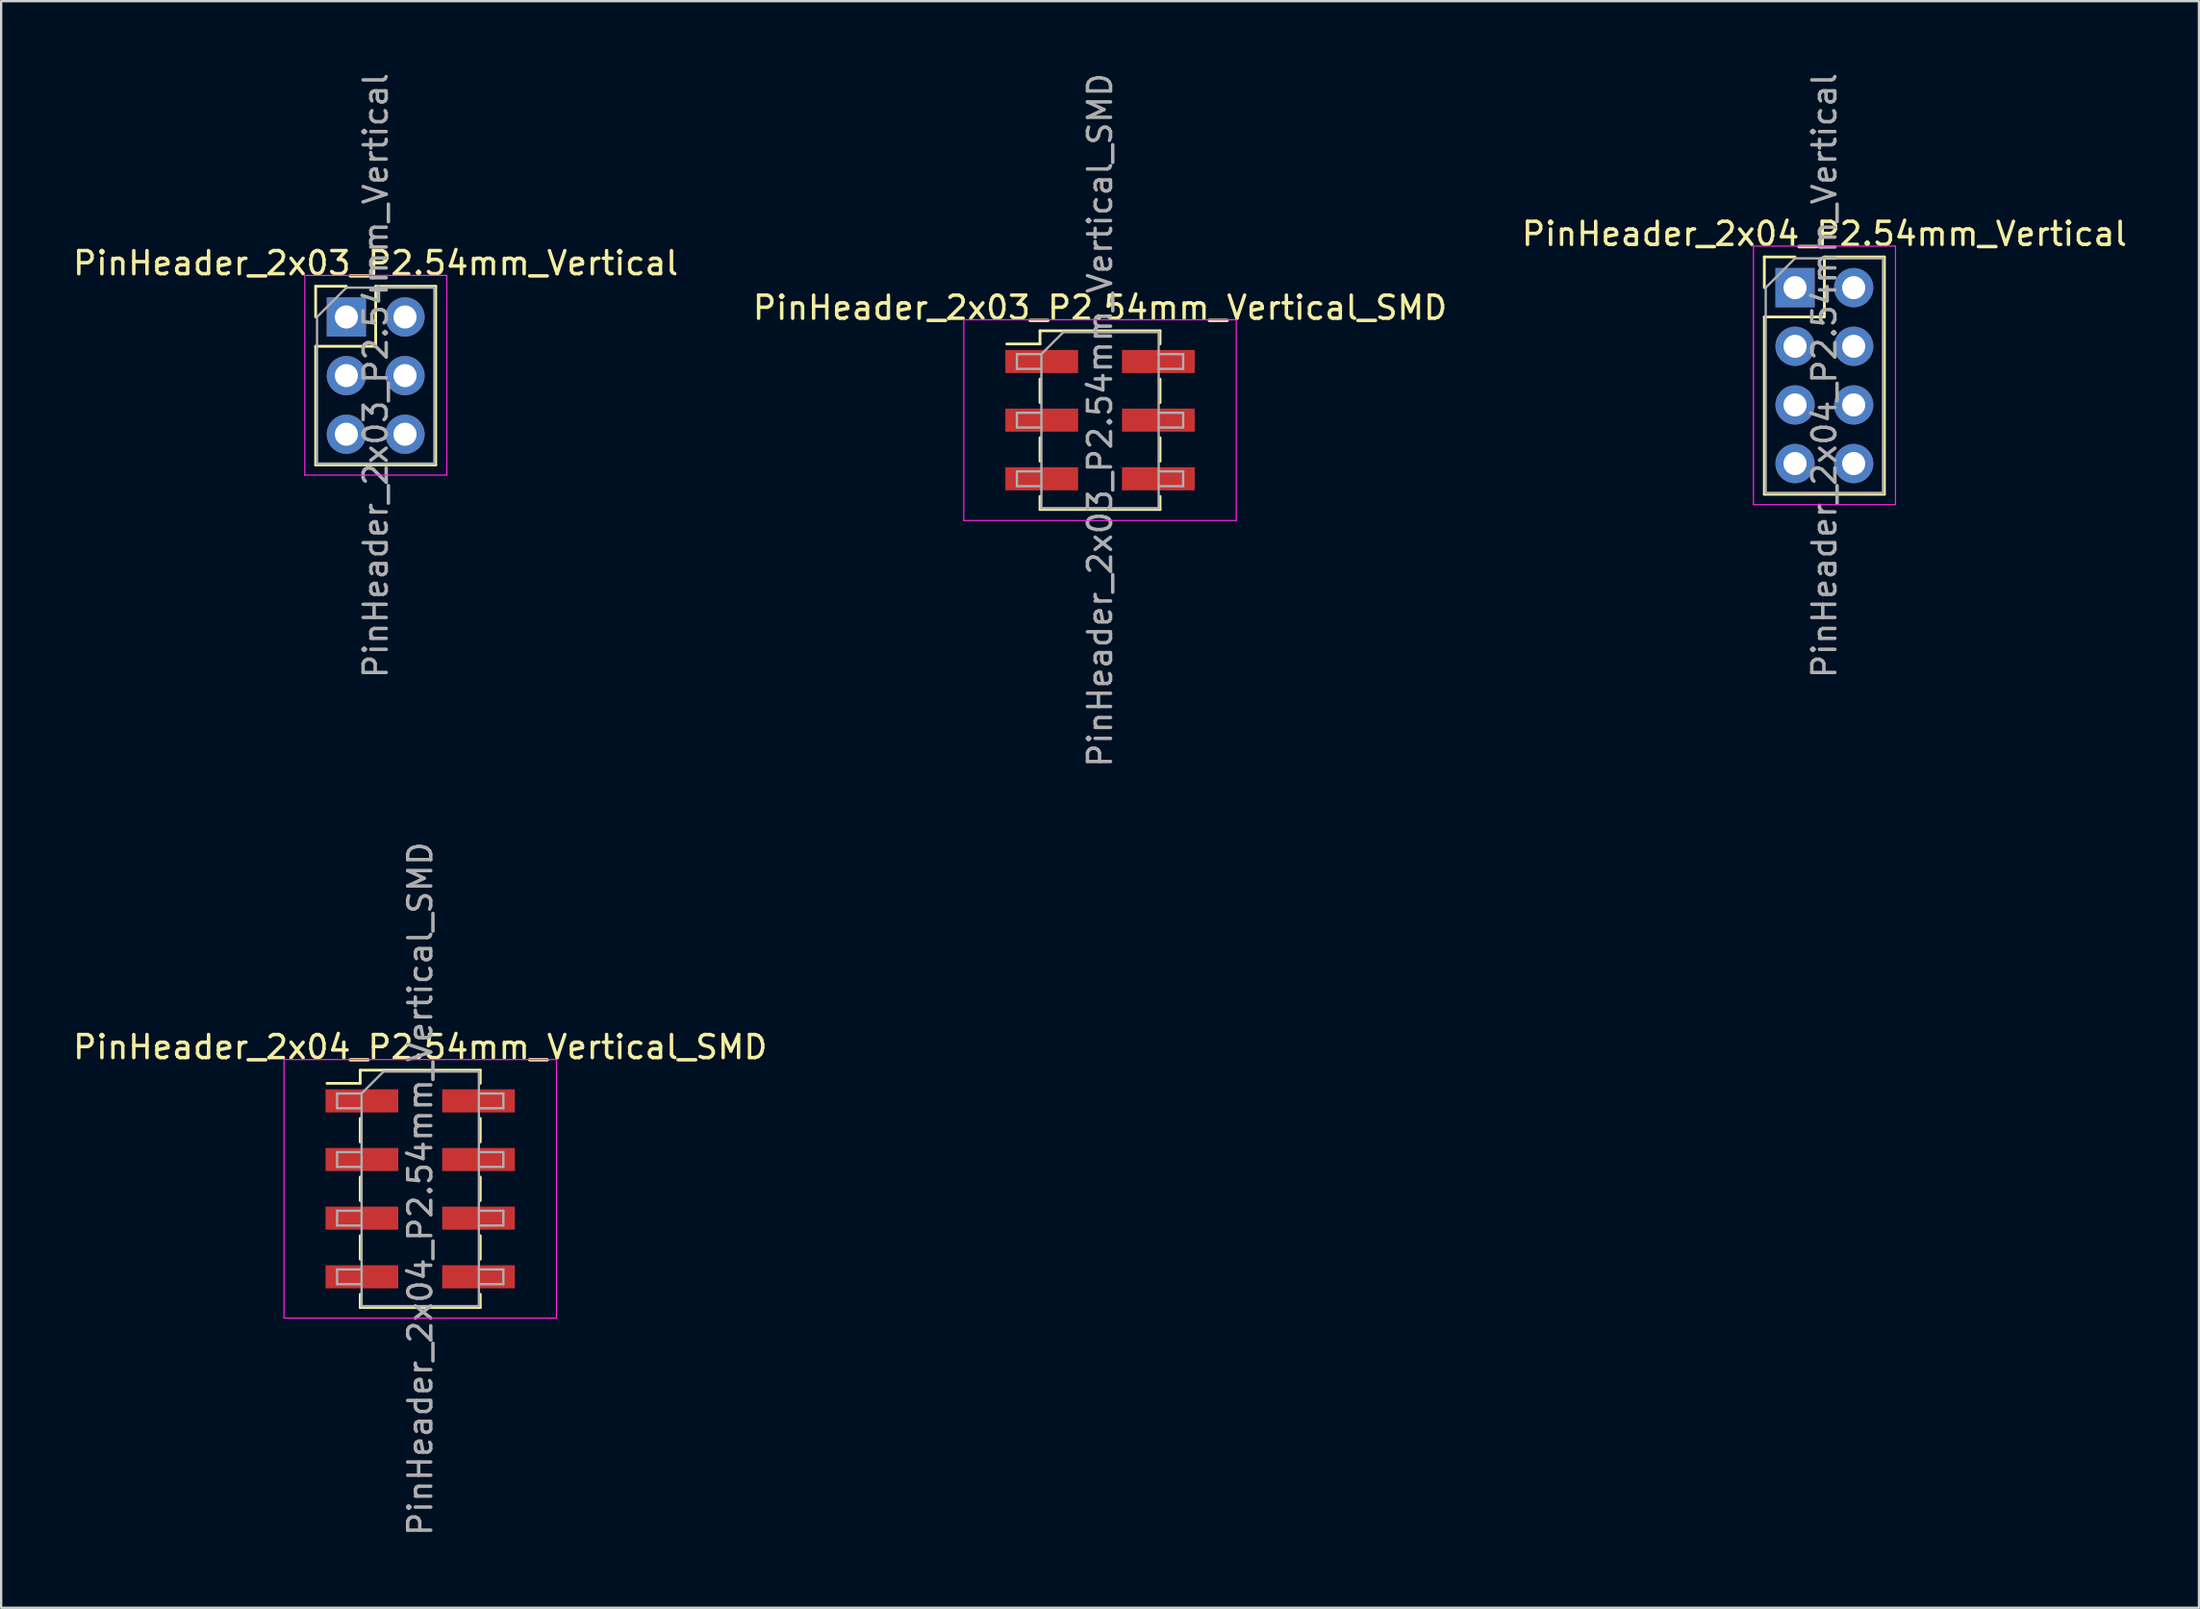
<source format=kicad_pcb>
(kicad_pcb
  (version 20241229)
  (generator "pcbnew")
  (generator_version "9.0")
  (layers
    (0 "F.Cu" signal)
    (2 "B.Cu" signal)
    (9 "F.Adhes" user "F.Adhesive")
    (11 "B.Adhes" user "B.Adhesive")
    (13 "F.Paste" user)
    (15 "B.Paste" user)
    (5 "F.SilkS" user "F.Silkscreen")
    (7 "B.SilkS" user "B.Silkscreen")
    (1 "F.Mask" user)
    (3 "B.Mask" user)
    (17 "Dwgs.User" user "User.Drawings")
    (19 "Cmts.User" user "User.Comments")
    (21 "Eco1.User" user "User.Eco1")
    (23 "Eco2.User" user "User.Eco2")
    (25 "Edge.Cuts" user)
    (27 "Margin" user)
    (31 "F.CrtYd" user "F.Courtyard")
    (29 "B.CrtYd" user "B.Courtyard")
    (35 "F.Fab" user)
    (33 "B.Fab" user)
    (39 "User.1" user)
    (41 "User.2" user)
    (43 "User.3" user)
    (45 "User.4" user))
  (footprint "PinHeader_2x04_P2.54mm_Vertical"
    (layer "F.Cu")
    (at 74.688 9.41)
    (property "Reference" "PinHeader_2x04_P2.54mm_Vertical" (at 1.27 -2.33 0) (layer "F.SilkS") (effects (font (size 1 1) (thickness 0.15))))
    (attr through_hole)
    (fp_line (start -1.33 -1.33) (end 0 -1.33) (stroke (width 0.12) (type solid)) (layer "F.SilkS"))
    (fp_line (start -1.33 0) (end -1.33 -1.33) (stroke (width 0.12) (type solid)) (layer "F.SilkS"))
    (fp_line (start -1.33 1.27) (end -1.33 8.95) (stroke (width 0.12) (type solid)) (layer "F.SilkS"))
    (fp_line (start -1.33 1.27) (end 1.27 1.27) (stroke (width 0.12) (type solid)) (layer "F.SilkS"))
    (fp_line (start -1.33 8.95) (end 3.87 8.95) (stroke (width 0.12) (type solid)) (layer "F.SilkS"))
    (fp_line (start 1.27 -1.33) (end 3.87 -1.33) (stroke (width 0.12) (type solid)) (layer "F.SilkS"))
    (fp_line (start 1.27 1.27) (end 1.27 -1.33) (stroke (width 0.12) (type solid)) (layer "F.SilkS"))
    (fp_line (start 3.87 -1.33) (end 3.87 8.95) (stroke (width 0.12) (type solid)) (layer "F.SilkS"))
    (fp_line (start -1.8 -1.8) (end -1.8 9.4) (stroke (width 0.05) (type solid)) (layer "F.CrtYd"))
    (fp_line (start -1.8 9.4) (end 4.35 9.4) (stroke (width 0.05) (type solid)) (layer "F.CrtYd"))
    (fp_line (start 4.35 -1.8) (end -1.8 -1.8) (stroke (width 0.05) (type solid)) (layer "F.CrtYd"))
    (fp_line (start 4.35 9.4) (end 4.35 -1.8) (stroke (width 0.05) (type solid)) (layer "F.CrtYd"))
    (fp_line (start -1.27 0) (end 0 -1.27) (stroke (width 0.1) (type solid)) (layer "F.Fab"))
    (fp_line (start -1.27 8.89) (end -1.27 0) (stroke (width 0.1) (type solid)) (layer "F.Fab"))
    (fp_line (start 0 -1.27) (end 3.81 -1.27) (stroke (width 0.1) (type solid)) (layer "F.Fab"))
    (fp_line (start 3.81 -1.27) (end 3.81 8.89) (stroke (width 0.1) (type solid)) (layer "F.Fab"))
    (fp_line (start 3.81 8.89) (end -1.27 8.89) (stroke (width 0.1) (type solid)) (layer "F.Fab"))
    (fp_text user "${REFERENCE}" (at 1.27 3.81 90) (layer "F.Fab") (effects (font (size 1 1) (thickness 0.15))))
    (pad "1" thru_hole rect (at 0 0) (size 1.7 1.7) (drill 1) (layers "*.Cu" "*.Mask"))
    (pad "2" thru_hole oval (at 2.54 0) (size 1.7 1.7) (drill 1) (layers "*.Cu" "*.Mask"))
    (pad "3" thru_hole oval (at 0 2.54) (size 1.7 1.7) (drill 1) (layers "*.Cu" "*.Mask"))
    (pad "4" thru_hole oval (at 2.54 2.54) (size 1.7 1.7) (drill 1) (layers "*.Cu" "*.Mask"))
    (pad "5" thru_hole oval (at 0 5.08) (size 1.7 1.7) (drill 1) (layers "*.Cu" "*.Mask"))
    (pad "6" thru_hole oval (at 2.54 5.08) (size 1.7 1.7) (drill 1) (layers "*.Cu" "*.Mask"))
    (pad "7" thru_hole oval (at 0 7.62) (size 1.7 1.7) (drill 1) (layers "*.Cu" "*.Mask"))
    (pad "8" thru_hole oval (at 2.54 7.62) (size 1.7 1.7) (drill 1) (layers "*.Cu" "*.Mask")))
  (footprint "PinHeader_2x04_P2.54mm_Vertical_SMD"
    (layer "F.Cu")
    (at 15.149 48.446)
    (property "Reference" "PinHeader_2x04_P2.54mm_Vertical_SMD" (at 0 -6.14 0) (layer "F.SilkS") (effects (font (size 1 1) (thickness 0.15))))
    (attr smd)
    (fp_line (start -4.04 -4.57) (end -2.6 -4.57) (stroke (width 0.12) (type solid)) (layer "F.SilkS"))
    (fp_line (start -2.6 -5.14) (end -2.6 -4.57) (stroke (width 0.12) (type solid)) (layer "F.SilkS"))
    (fp_line (start -2.6 -5.14) (end 2.6 -5.14) (stroke (width 0.12) (type solid)) (layer "F.SilkS"))
    (fp_line (start -2.6 -3.05) (end -2.6 -2.03) (stroke (width 0.12) (type solid)) (layer "F.SilkS"))
    (fp_line (start -2.6 -0.51) (end -2.6 0.51) (stroke (width 0.12) (type solid)) (layer "F.SilkS"))
    (fp_line (start -2.6 2.03) (end -2.6 3.05) (stroke (width 0.12) (type solid)) (layer "F.SilkS"))
    (fp_line (start -2.6 4.57) (end -2.6 5.14) (stroke (width 0.12) (type solid)) (layer "F.SilkS"))
    (fp_line (start -2.6 5.14) (end 2.6 5.14) (stroke (width 0.12) (type solid)) (layer "F.SilkS"))
    (fp_line (start 2.6 -5.14) (end 2.6 -4.57) (stroke (width 0.12) (type solid)) (layer "F.SilkS"))
    (fp_line (start 2.6 -3.05) (end 2.6 -2.03) (stroke (width 0.12) (type solid)) (layer "F.SilkS"))
    (fp_line (start 2.6 -0.51) (end 2.6 0.51) (stroke (width 0.12) (type solid)) (layer "F.SilkS"))
    (fp_line (start 2.6 2.03) (end 2.6 3.05) (stroke (width 0.12) (type solid)) (layer "F.SilkS"))
    (fp_line (start 2.6 4.57) (end 2.6 5.14) (stroke (width 0.12) (type solid)) (layer "F.SilkS"))
    (fp_line (start -5.9 -5.6) (end -5.9 5.6) (stroke (width 0.05) (type solid)) (layer "F.CrtYd"))
    (fp_line (start -5.9 5.6) (end 5.9 5.6) (stroke (width 0.05) (type solid)) (layer "F.CrtYd"))
    (fp_line (start 5.9 -5.6) (end -5.9 -5.6) (stroke (width 0.05) (type solid)) (layer "F.CrtYd"))
    (fp_line (start 5.9 5.6) (end 5.9 -5.6) (stroke (width 0.05) (type solid)) (layer "F.CrtYd"))
    (fp_line (start -3.6 -4.13) (end -3.6 -3.49) (stroke (width 0.1) (type solid)) (layer "F.Fab"))
    (fp_line (start -3.6 -3.49) (end -2.54 -3.49) (stroke (width 0.1) (type solid)) (layer "F.Fab"))
    (fp_line (start -3.6 -1.59) (end -3.6 -0.95) (stroke (width 0.1) (type solid)) (layer "F.Fab"))
    (fp_line (start -3.6 -0.95) (end -2.54 -0.95) (stroke (width 0.1) (type solid)) (layer "F.Fab"))
    (fp_line (start -3.6 0.95) (end -3.6 1.59) (stroke (width 0.1) (type solid)) (layer "F.Fab"))
    (fp_line (start -3.6 1.59) (end -2.54 1.59) (stroke (width 0.1) (type solid)) (layer "F.Fab"))
    (fp_line (start -3.6 3.49) (end -3.6 4.13) (stroke (width 0.1) (type solid)) (layer "F.Fab"))
    (fp_line (start -3.6 4.13) (end -2.54 4.13) (stroke (width 0.1) (type solid)) (layer "F.Fab"))
    (fp_line (start -2.54 -4.13) (end -3.6 -4.13) (stroke (width 0.1) (type solid)) (layer "F.Fab"))
    (fp_line (start -2.54 -4.13) (end -1.59 -5.08) (stroke (width 0.1) (type solid)) (layer "F.Fab"))
    (fp_line (start -2.54 -1.59) (end -3.6 -1.59) (stroke (width 0.1) (type solid)) (layer "F.Fab"))
    (fp_line (start -2.54 0.95) (end -3.6 0.95) (stroke (width 0.1) (type solid)) (layer "F.Fab"))
    (fp_line (start -2.54 3.49) (end -3.6 3.49) (stroke (width 0.1) (type solid)) (layer "F.Fab"))
    (fp_line (start -2.54 5.08) (end -2.54 -4.13) (stroke (width 0.1) (type solid)) (layer "F.Fab"))
    (fp_line (start -1.59 -5.08) (end 2.54 -5.08) (stroke (width 0.1) (type solid)) (layer "F.Fab"))
    (fp_line (start 2.54 -5.08) (end 2.54 5.08) (stroke (width 0.1) (type solid)) (layer "F.Fab"))
    (fp_line (start 2.54 -4.13) (end 3.6 -4.13) (stroke (width 0.1) (type solid)) (layer "F.Fab"))
    (fp_line (start 2.54 -1.59) (end 3.6 -1.59) (stroke (width 0.1) (type solid)) (layer "F.Fab"))
    (fp_line (start 2.54 0.95) (end 3.6 0.95) (stroke (width 0.1) (type solid)) (layer "F.Fab"))
    (fp_line (start 2.54 3.49) (end 3.6 3.49) (stroke (width 0.1) (type solid)) (layer "F.Fab"))
    (fp_line (start 2.54 5.08) (end -2.54 5.08) (stroke (width 0.1) (type solid)) (layer "F.Fab"))
    (fp_line (start 3.6 -4.13) (end 3.6 -3.49) (stroke (width 0.1) (type solid)) (layer "F.Fab"))
    (fp_line (start 3.6 -3.49) (end 2.54 -3.49) (stroke (width 0.1) (type solid)) (layer "F.Fab"))
    (fp_line (start 3.6 -1.59) (end 3.6 -0.95) (stroke (width 0.1) (type solid)) (layer "F.Fab"))
    (fp_line (start 3.6 -0.95) (end 2.54 -0.95) (stroke (width 0.1) (type solid)) (layer "F.Fab"))
    (fp_line (start 3.6 0.95) (end 3.6 1.59) (stroke (width 0.1) (type solid)) (layer "F.Fab"))
    (fp_line (start 3.6 1.59) (end 2.54 1.59) (stroke (width 0.1) (type solid)) (layer "F.Fab"))
    (fp_line (start 3.6 3.49) (end 3.6 4.13) (stroke (width 0.1) (type solid)) (layer "F.Fab"))
    (fp_line (start 3.6 4.13) (end 2.54 4.13) (stroke (width 0.1) (type solid)) (layer "F.Fab"))
    (fp_text user "${REFERENCE}" (at 0 0 90) (layer "F.Fab") (effects (font (size 1 1) (thickness 0.15))))
    (pad "1" smd rect (at -2.525 -3.81) (size 3.15 1) (layers "F.Cu" "F.Mask" "F.Paste"))
    (pad "2" smd rect (at 2.525 -3.81) (size 3.15 1) (layers "F.Cu" "F.Mask" "F.Paste"))
    (pad "3" smd rect (at -2.525 -1.27) (size 3.15 1) (layers "F.Cu" "F.Mask" "F.Paste"))
    (pad "4" smd rect (at 2.525 -1.27) (size 3.15 1) (layers "F.Cu" "F.Mask" "F.Paste"))
    (pad "5" smd rect (at -2.525 1.27) (size 3.15 1) (layers "F.Cu" "F.Mask" "F.Paste"))
    (pad "6" smd rect (at 2.525 1.27) (size 3.15 1) (layers "F.Cu" "F.Mask" "F.Paste"))
    (pad "7" smd rect (at -2.525 3.81) (size 3.15 1) (layers "F.Cu" "F.Mask" "F.Paste"))
    (pad "8" smd rect (at 2.525 3.81) (size 3.15 1) (layers "F.Cu" "F.Mask" "F.Paste")))
  (footprint "PinHeader_2x03_P2.54mm_Vertical"
    (layer "F.Cu")
    (at 11.95 10.68)
    (property "Reference" "PinHeader_2x03_P2.54mm_Vertical" (at 1.27 -2.33 0) (layer "F.SilkS") (effects (font (size 1 1) (thickness 0.15))))
    (attr through_hole)
    (fp_line (start -1.33 -1.33) (end 0 -1.33) (stroke (width 0.12) (type solid)) (layer "F.SilkS"))
    (fp_line (start -1.33 0) (end -1.33 -1.33) (stroke (width 0.12) (type solid)) (layer "F.SilkS"))
    (fp_line (start -1.33 1.27) (end -1.33 6.41) (stroke (width 0.12) (type solid)) (layer "F.SilkS"))
    (fp_line (start -1.33 1.27) (end 1.27 1.27) (stroke (width 0.12) (type solid)) (layer "F.SilkS"))
    (fp_line (start -1.33 6.41) (end 3.87 6.41) (stroke (width 0.12) (type solid)) (layer "F.SilkS"))
    (fp_line (start 1.27 -1.33) (end 3.87 -1.33) (stroke (width 0.12) (type solid)) (layer "F.SilkS"))
    (fp_line (start 1.27 1.27) (end 1.27 -1.33) (stroke (width 0.12) (type solid)) (layer "F.SilkS"))
    (fp_line (start 3.87 -1.33) (end 3.87 6.41) (stroke (width 0.12) (type solid)) (layer "F.SilkS"))
    (fp_line (start -1.8 -1.8) (end -1.8 6.85) (stroke (width 0.05) (type solid)) (layer "F.CrtYd"))
    (fp_line (start -1.8 6.85) (end 4.35 6.85) (stroke (width 0.05) (type solid)) (layer "F.CrtYd"))
    (fp_line (start 4.35 -1.8) (end -1.8 -1.8) (stroke (width 0.05) (type solid)) (layer "F.CrtYd"))
    (fp_line (start 4.35 6.85) (end 4.35 -1.8) (stroke (width 0.05) (type solid)) (layer "F.CrtYd"))
    (fp_line (start -1.27 0) (end 0 -1.27) (stroke (width 0.1) (type solid)) (layer "F.Fab"))
    (fp_line (start -1.27 6.35) (end -1.27 0) (stroke (width 0.1) (type solid)) (layer "F.Fab"))
    (fp_line (start 0 -1.27) (end 3.81 -1.27) (stroke (width 0.1) (type solid)) (layer "F.Fab"))
    (fp_line (start 3.81 -1.27) (end 3.81 6.35) (stroke (width 0.1) (type solid)) (layer "F.Fab"))
    (fp_line (start 3.81 6.35) (end -1.27 6.35) (stroke (width 0.1) (type solid)) (layer "F.Fab"))
    (fp_text user "${REFERENCE}" (at 1.27 2.54 90) (layer "F.Fab") (effects (font (size 1 1) (thickness 0.15))))
    (pad "1" thru_hole rect (at 0 0) (size 1.7 1.7) (drill 1) (layers "*.Cu" "*.Mask"))
    (pad "2" thru_hole oval (at 2.54 0) (size 1.7 1.7) (drill 1) (layers "*.Cu" "*.Mask"))
    (pad "3" thru_hole oval (at 0 2.54) (size 1.7 1.7) (drill 1) (layers "*.Cu" "*.Mask"))
    (pad "4" thru_hole oval (at 2.54 2.54) (size 1.7 1.7) (drill 1) (layers "*.Cu" "*.Mask"))
    (pad "5" thru_hole oval (at 0 5.08) (size 1.7 1.7) (drill 1) (layers "*.Cu" "*.Mask"))
    (pad "6" thru_hole oval (at 2.54 5.08) (size 1.7 1.7) (drill 1) (layers "*.Cu" "*.Mask")))
  (footprint "PinHeader_2x03_P2.54mm_Vertical_SMD"
    (layer "F.Cu")
    (at 44.589 15.149)
    (property "Reference" "PinHeader_2x03_P2.54mm_Vertical_SMD" (at 0 -4.87 0) (layer "F.SilkS") (effects (font (size 1 1) (thickness 0.15))))
    (attr smd)
    (fp_line (start -4.04 -3.3) (end -2.6 -3.3) (stroke (width 0.12) (type solid)) (layer "F.SilkS"))
    (fp_line (start -2.6 -3.87) (end -2.6 -3.3) (stroke (width 0.12) (type solid)) (layer "F.SilkS"))
    (fp_line (start -2.6 -3.87) (end 2.6 -3.87) (stroke (width 0.12) (type solid)) (layer "F.SilkS"))
    (fp_line (start -2.6 -1.78) (end -2.6 -0.76) (stroke (width 0.12) (type solid)) (layer "F.SilkS"))
    (fp_line (start -2.6 0.76) (end -2.6 1.78) (stroke (width 0.12) (type solid)) (layer "F.SilkS"))
    (fp_line (start -2.6 3.3) (end -2.6 3.87) (stroke (width 0.12) (type solid)) (layer "F.SilkS"))
    (fp_line (start -2.6 3.87) (end 2.6 3.87) (stroke (width 0.12) (type solid)) (layer "F.SilkS"))
    (fp_line (start 2.6 -3.87) (end 2.6 -3.3) (stroke (width 0.12) (type solid)) (layer "F.SilkS"))
    (fp_line (start 2.6 -1.78) (end 2.6 -0.76) (stroke (width 0.12) (type solid)) (layer "F.SilkS"))
    (fp_line (start 2.6 0.76) (end 2.6 1.78) (stroke (width 0.12) (type solid)) (layer "F.SilkS"))
    (fp_line (start 2.6 3.3) (end 2.6 3.87) (stroke (width 0.12) (type solid)) (layer "F.SilkS"))
    (fp_line (start -5.9 -4.35) (end -5.9 4.35) (stroke (width 0.05) (type solid)) (layer "F.CrtYd"))
    (fp_line (start -5.9 4.35) (end 5.9 4.35) (stroke (width 0.05) (type solid)) (layer "F.CrtYd"))
    (fp_line (start 5.9 -4.35) (end -5.9 -4.35) (stroke (width 0.05) (type solid)) (layer "F.CrtYd"))
    (fp_line (start 5.9 4.35) (end 5.9 -4.35) (stroke (width 0.05) (type solid)) (layer "F.CrtYd"))
    (fp_line (start -3.6 -2.86) (end -3.6 -2.22) (stroke (width 0.1) (type solid)) (layer "F.Fab"))
    (fp_line (start -3.6 -2.22) (end -2.54 -2.22) (stroke (width 0.1) (type solid)) (layer "F.Fab"))
    (fp_line (start -3.6 -0.32) (end -3.6 0.32) (stroke (width 0.1) (type solid)) (layer "F.Fab"))
    (fp_line (start -3.6 0.32) (end -2.54 0.32) (stroke (width 0.1) (type solid)) (layer "F.Fab"))
    (fp_line (start -3.6 2.22) (end -3.6 2.86) (stroke (width 0.1) (type solid)) (layer "F.Fab"))
    (fp_line (start -3.6 2.86) (end -2.54 2.86) (stroke (width 0.1) (type solid)) (layer "F.Fab"))
    (fp_line (start -2.54 -2.86) (end -3.6 -2.86) (stroke (width 0.1) (type solid)) (layer "F.Fab"))
    (fp_line (start -2.54 -2.86) (end -1.59 -3.81) (stroke (width 0.1) (type solid)) (layer "F.Fab"))
    (fp_line (start -2.54 -0.32) (end -3.6 -0.32) (stroke (width 0.1) (type solid)) (layer "F.Fab"))
    (fp_line (start -2.54 2.22) (end -3.6 2.22) (stroke (width 0.1) (type solid)) (layer "F.Fab"))
    (fp_line (start -2.54 3.81) (end -2.54 -2.86) (stroke (width 0.1) (type solid)) (layer "F.Fab"))
    (fp_line (start -1.59 -3.81) (end 2.54 -3.81) (stroke (width 0.1) (type solid)) (layer "F.Fab"))
    (fp_line (start 2.54 -3.81) (end 2.54 3.81) (stroke (width 0.1) (type solid)) (layer "F.Fab"))
    (fp_line (start 2.54 -2.86) (end 3.6 -2.86) (stroke (width 0.1) (type solid)) (layer "F.Fab"))
    (fp_line (start 2.54 -0.32) (end 3.6 -0.32) (stroke (width 0.1) (type solid)) (layer "F.Fab"))
    (fp_line (start 2.54 2.22) (end 3.6 2.22) (stroke (width 0.1) (type solid)) (layer "F.Fab"))
    (fp_line (start 2.54 3.81) (end -2.54 3.81) (stroke (width 0.1) (type solid)) (layer "F.Fab"))
    (fp_line (start 3.6 -2.86) (end 3.6 -2.22) (stroke (width 0.1) (type solid)) (layer "F.Fab"))
    (fp_line (start 3.6 -2.22) (end 2.54 -2.22) (stroke (width 0.1) (type solid)) (layer "F.Fab"))
    (fp_line (start 3.6 -0.32) (end 3.6 0.32) (stroke (width 0.1) (type solid)) (layer "F.Fab"))
    (fp_line (start 3.6 0.32) (end 2.54 0.32) (stroke (width 0.1) (type solid)) (layer "F.Fab"))
    (fp_line (start 3.6 2.22) (end 3.6 2.86) (stroke (width 0.1) (type solid)) (layer "F.Fab"))
    (fp_line (start 3.6 2.86) (end 2.54 2.86) (stroke (width 0.1) (type solid)) (layer "F.Fab"))
    (fp_text user "${REFERENCE}" (at 0 0 90) (layer "F.Fab") (effects (font (size 1 1) (thickness 0.15))))
    (pad "1" smd rect (at -2.525 -2.54) (size 3.15 1) (layers "F.Cu" "F.Mask" "F.Paste"))
    (pad "2" smd rect (at 2.525 -2.54) (size 3.15 1) (layers "F.Cu" "F.Mask" "F.Paste"))
    (pad "3" smd rect (at -2.525 0) (size 3.15 1) (layers "F.Cu" "F.Mask" "F.Paste"))
    (pad "4" smd rect (at 2.525 0) (size 3.15 1) (layers "F.Cu" "F.Mask" "F.Paste"))
    (pad "5" smd rect (at -2.525 2.54) (size 3.15 1) (layers "F.Cu" "F.Mask" "F.Paste"))
    (pad "6" smd rect (at 2.525 2.54) (size 3.15 1) (layers "F.Cu" "F.Mask" "F.Paste")))
  (gr_rect
    (start -3 -3)
    (end 92.179 66.595)
    (stroke (width 0.1) (type default))
    (fill no)
    (layer "Edge.Cuts")))
</source>
